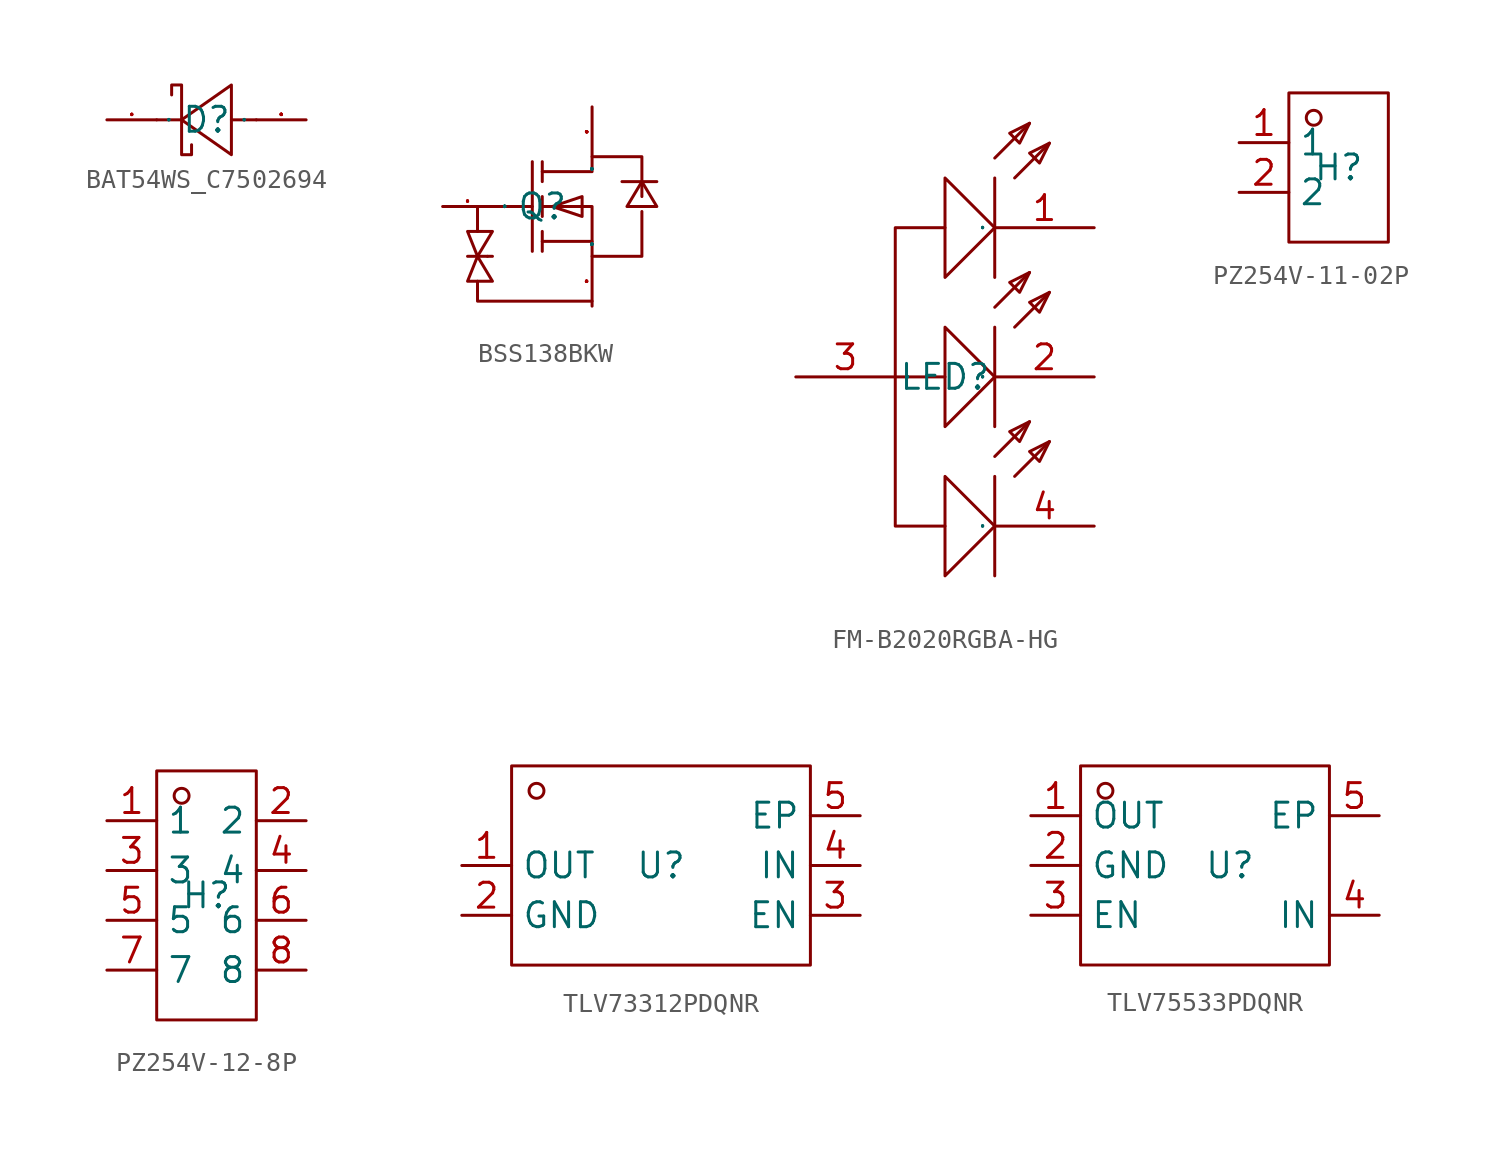
<source format=kicad_sym>
(kicad_symbol_lib
  (version 20231120)
  (generator "kicad_symbol_editor")
  (generator_version "8.0")
  (symbol "BAT54WS_C7502694"
    (property "Reference" "D"
      (at 0 0 0)
      (effects (font (size 1.27 1.27))))
    (property "Value" ""
      (at 0 0 0)
      (effects (font (size 1.27 1.27))))
    (symbol "BAT54WS_C7502694_1_0"
      (polyline (pts (xy -1.27 0) (xy -2.54 0)) (stroke (width 0) (type default)) (fill (type none)))
      (polyline (pts (xy 2.54 0) (xy 1.27 0)) (stroke (width 0) (type default)) (fill (type none)))
      (polyline (pts (xy 1.27 1.778) (xy -1.27 0) (xy -1.27 0) (xy 1.27 -1.778) (xy 1.27 -1.778) (xy 1.27 1.778)) (stroke (width 0) (type default)) (fill (type none)))
      (polyline (pts (xy -1.778 1.27) (xy -1.778 1.778) (xy -1.778 1.778) (xy -1.27 1.778) (xy -1.27 1.778) (xy -1.27 -1.778) (xy -1.27 -1.778) (xy -0.762 -1.778) (xy -0.762 -1.778) (xy -0.762 -1.27)) (stroke (width 0) (type default)) (fill (type none)))
      (pin unspecified line (at -5.08 0 0) (length 2.54) (name "K" (effects (font (size 0.025 0.025)))) (number "1" (effects (font (size 0.025 0.025)))))
      (pin unspecified line (at 5.08 0 180) (length 2.54) (name "A" (effects (font (size 0.025 0.025)))) (number "2" (effects (font (size 0.025 0.025)))))))
  (symbol "BSS138BKW"
    (property "Reference" "Q"
      (at 0 0 0)
      (effects (font (size 1.27 1.27))))
    (property "Value" ""
      (at 0 0 0)
      (effects (font (size 1.27 1.27))))
    (symbol "BSS138BKW_1_0"
      (polyline (pts (xy -3.81 -2.54) (xy -2.794 -2.54)) (stroke (width 0) (type default)) (fill (type none)))
      (polyline (pts (xy -3.302 -1.27) (xy -3.302 0)) (stroke (width 0) (type default)) (fill (type none)))
      (polyline (pts (xy -2.54 -2.54) (xy -2.794 -2.54)) (stroke (width 0) (type default)) (fill (type none)))
      (polyline (pts (xy -2.54 0) (xy -0.508 0)) (stroke (width 0) (type default)) (fill (type none)))
      (polyline (pts (xy -0.508 2.286) (xy -0.508 -2.286)) (stroke (width 0) (type default)) (fill (type none)))
      (polyline (pts (xy 0 -2.286) (xy 0 -1.27)) (stroke (width 0) (type default)) (fill (type none)))
      (polyline (pts (xy 0 -0.508) (xy 0 0.508)) (stroke (width 0) (type default)) (fill (type none)))
      (polyline (pts (xy 0 2.286) (xy 0 1.27)) (stroke (width 0) (type default)) (fill (type none)))
      (polyline (pts (xy 2.54 -1.778) (xy 0 -1.778)) (stroke (width 0) (type default)) (fill (type none)))
      (polyline (pts (xy 5.842 1.27) (xy 4.064 1.27)) (stroke (width 0) (type default)) (fill (type none)))
      (polyline (pts (xy -3.302 -3.81) (xy -3.302 -4.826) (xy -3.302 -4.826) (xy 2.54 -4.826)) (stroke (width 0) (type default)) (fill (type none)))
      (polyline (pts (xy -3.81 -1.27) (xy -2.54 -1.27) (xy -2.54 -1.27) (xy -3.302 -2.54) (xy -3.302 -2.54) (xy -3.81 -1.27)) (stroke (width 0) (type default)) (fill (type none)))
      (polyline (pts (xy -3.302 -2.54) (xy -3.81 -3.81) (xy -3.81 -3.81) (xy -2.54 -3.81) (xy -2.54 -3.81) (xy -3.302 -2.54)) (stroke (width 0) (type default)) (fill (type none)))
      (polyline (pts (xy 0.508 0) (xy 2.032 0.508) (xy 2.032 0.508) (xy 2.032 -0.508) (xy 2.032 -0.508) (xy 0.508 0)) (stroke (width 0) (type default)) (fill (type none)))
      (polyline (pts (xy 5.08 1.27) (xy 5.842 0) (xy 5.842 0) (xy 4.318 0) (xy 4.318 0) (xy 5.08 1.27)) (stroke (width 0) (type default)) (fill (type none)))
      (polyline (pts (xy 0 0) (xy 2.54 0) (xy 2.54 0) (xy 2.54 -2.54) (xy 2.54 -2.54) (xy 5.08 -2.54) (xy 5.08 -2.54) (xy 5.08 -0.254)) (stroke (width 0) (type default)) (fill (type none)))
      (polyline (pts (xy 0 1.778) (xy 2.54 1.778) (xy 2.54 1.778) (xy 2.54 2.54) (xy 2.54 2.54) (xy 5.08 2.54) (xy 5.08 2.54) (xy 5.08 0.508)) (stroke (width 0) (type default)) (fill (type none)))
      (pin unspecified line (at -5.08 0 0) (length 2.54) (name "G" (effects (font (size 0.025 0.025)))) (number "1" (effects (font (size 0.025 0.025)))))
      (pin unspecified line (at 2.54 -5.08 90) (length 2.54) (name "S" (effects (font (size 0.025 0.025)))) (number "2" (effects (font (size 0.025 0.025)))))
      (pin unspecified line (at 2.54 5.08 270) (length 2.54) (name "D" (effects (font (size 0.025 0.025)))) (number "3" (effects (font (size 0.025 0.025)))))))
  (symbol "FM-B2020RGBA-HG"
    (property "Reference" "LED"
      (at 0 0 0)
      (effects (font (size 1.27 1.27))))
    (property "Value" ""
      (at 0 0 0)
      (effects (font (size 1.27 1.27))))
    (symbol "FM-B2020RGBA-HG_1_0"
      (polyline (pts (xy 0 0) (xy -2.54 0)) (stroke (width 0) (type default)) (fill (type none)))
      (polyline (pts (xy 2.54 -5.08) (xy 2.54 -10.16)) (stroke (width 0) (type default)) (fill (type none)))
      (polyline (pts (xy 2.54 -4.064) (xy 4.318 -2.286)) (stroke (width 0) (type default)) (fill (type none)))
      (polyline (pts (xy 2.54 2.54) (xy 2.54 -2.54)) (stroke (width 0) (type default)) (fill (type none)))
      (polyline (pts (xy 2.54 3.556) (xy 4.318 5.334)) (stroke (width 0) (type default)) (fill (type none)))
      (polyline (pts (xy 2.54 10.16) (xy 2.54 5.08)) (stroke (width 0) (type default)) (fill (type none)))
      (polyline (pts (xy 2.54 11.176) (xy 4.318 12.954)) (stroke (width 0) (type default)) (fill (type none)))
      (polyline (pts (xy 3.556 -5.08) (xy 5.334 -3.302)) (stroke (width 0) (type default)) (fill (type none)))
      (polyline (pts (xy 3.556 2.54) (xy 5.334 4.318)) (stroke (width 0) (type default)) (fill (type none)))
      (polyline (pts (xy 3.556 10.16) (xy 5.334 11.938)) (stroke (width 0) (type default)) (fill (type none)))
      (polyline (pts (xy 0 -10.16) (xy 2.54 -7.62) (xy 2.54 -7.62) (xy 0 -5.08) (xy 0 -5.08) (xy 0 -10.16)) (stroke (width 0) (type default)) (fill (type none)))
      (polyline (pts (xy 0 -2.54) (xy 2.54 0) (xy 2.54 0) (xy 0 2.54) (xy 0 2.54) (xy 0 -2.54)) (stroke (width 0) (type default)) (fill (type none)))
      (polyline (pts (xy 0 5.08) (xy 2.54 7.62) (xy 2.54 7.62) (xy 0 10.16) (xy 0 10.16) (xy 0 5.08)) (stroke (width 0) (type default)) (fill (type none)))
      (polyline (pts (xy 0 7.62) (xy -2.54 7.62) (xy -2.54 7.62) (xy -2.54 -7.62) (xy -2.54 -7.62) (xy 0 -7.62)) (stroke (width 0) (type default)) (fill (type none)))
      (polyline (pts (xy 4.318 -2.286) (xy 3.302 -2.794) (xy 3.302 -2.794) (xy 3.81 -3.302) (xy 3.81 -3.302) (xy 4.318 -2.286)) (stroke (width 0) (type default)) (fill (type none)))
      (polyline (pts (xy 4.318 5.334) (xy 3.302 4.826) (xy 3.302 4.826) (xy 3.81 4.318) (xy 3.81 4.318) (xy 4.318 5.334)) (stroke (width 0) (type default)) (fill (type none)))
      (polyline (pts (xy 4.318 12.954) (xy 3.302 12.446) (xy 3.302 12.446) (xy 3.81 11.938) (xy 3.81 11.938) (xy 4.318 12.954)) (stroke (width 0) (type default)) (fill (type none)))
      (polyline (pts (xy 5.334 -3.302) (xy 4.318 -3.81) (xy 4.318 -3.81) (xy 4.826 -4.318) (xy 4.826 -4.318) (xy 5.334 -3.302)) (stroke (width 0) (type default)) (fill (type none)))
      (polyline (pts (xy 5.334 4.318) (xy 4.318 3.81) (xy 4.318 3.81) (xy 4.826 3.302) (xy 4.826 3.302) (xy 5.334 4.318)) (stroke (width 0) (type default)) (fill (type none)))
      (polyline (pts (xy 5.334 11.938) (xy 4.318 11.43) (xy 4.318 11.43) (xy 4.826 10.922) (xy 4.826 10.922) (xy 5.334 11.938)) (stroke (width 0) (type default)) (fill (type none)))
      (pin unspecified line (at 7.62 7.62 180) (length 5.08) (name "K" (effects (font (size 0.025 0.025)))) (number "1" (effects (font (size 1.27 1.27)))))
      (pin unspecified line (at 7.62 0 180) (length 5.08) (name "K" (effects (font (size 0.025 0.025)))) (number "2" (effects (font (size 1.27 1.27)))))
      (pin unspecified line (at -7.62 0 0) (length 5.08) (name "A" (effects (font (size 0.025 0.025)))) (number "3" (effects (font (size 1.27 1.27)))))
      (pin unspecified line (at 7.62 -7.62 180) (length 5.08) (name "K" (effects (font (size 0.025 0.025)))) (number "4" (effects (font (size 1.27 1.27)))))))
  (symbol "PZ254V-11-02P"
    (property "Reference" "H"
      (at 0 0 0)
      (effects (font (size 1.27 1.27))))
    (property "Value" ""
      (at 0 0 0)
      (effects (font (size 1.27 1.27))))
    (symbol "PZ254V-11-02P_1_0"
      (rectangle (start -2.54 -3.81) (end 2.54 3.81) (stroke (width 0) (type default)) (fill (type none)))
      (circle (center -1.27 2.54) (radius 0.381) (stroke (width 0) (type default)) (fill (type none)))
      (pin input line (at -5.08 1.27 0) (length 2.54) (name "1" (effects (font (size 1.27 1.27)))) (number "1" (effects (font (size 1.27 1.27)))))
      (pin input line (at -5.08 -1.27 0) (length 2.54) (name "2" (effects (font (size 1.27 1.27)))) (number "2" (effects (font (size 1.27 1.27)))))))
  (symbol "PZ254V-12-8P"
    (property "Reference" "H"
      (at 0 0 0)
      (effects (font (size 1.27 1.27))))
    (property "Value" ""
      (at 0 0 0)
      (effects (font (size 1.27 1.27))))
    (symbol "PZ254V-12-8P_1_0"
      (rectangle (start -2.54 -6.35) (end 2.54 6.35) (stroke (width 0) (type default)) (fill (type none)))
      (circle (center -1.27 5.08) (radius 0.381) (stroke (width 0) (type default)) (fill (type none)))
      (pin unspecified line (at -5.08 3.81 0) (length 2.54) (name "1" (effects (font (size 1.27 1.27)))) (number "1" (effects (font (size 1.27 1.27)))))
      (pin unspecified line (at 5.08 3.81 180) (length 2.54) (name "2" (effects (font (size 1.27 1.27)))) (number "2" (effects (font (size 1.27 1.27)))))
      (pin unspecified line (at -5.08 1.27 0) (length 2.54) (name "3" (effects (font (size 1.27 1.27)))) (number "3" (effects (font (size 1.27 1.27)))))
      (pin unspecified line (at 5.08 1.27 180) (length 2.54) (name "4" (effects (font (size 1.27 1.27)))) (number "4" (effects (font (size 1.27 1.27)))))
      (pin unspecified line (at -5.08 -1.27 0) (length 2.54) (name "5" (effects (font (size 1.27 1.27)))) (number "5" (effects (font (size 1.27 1.27)))))
      (pin unspecified line (at 5.08 -1.27 180) (length 2.54) (name "6" (effects (font (size 1.27 1.27)))) (number "6" (effects (font (size 1.27 1.27)))))
      (pin unspecified line (at -5.08 -3.81 0) (length 2.54) (name "7" (effects (font (size 1.27 1.27)))) (number "7" (effects (font (size 1.27 1.27)))))
      (pin unspecified line (at 5.08 -3.81 180) (length 2.54) (name "8" (effects (font (size 1.27 1.27)))) (number "8" (effects (font (size 1.27 1.27)))))))
  (symbol "TLV73312PDQNR"
    (property "Reference" "U"
      (at 0 0 0)
      (effects (font (size 1.27 1.27))))
    (property "Value" ""
      (at 0 0 0)
      (effects (font (size 1.27 1.27))))
    (symbol "TLV73312PDQNR_1_0"
      (rectangle (start -7.62 -5.08) (end 7.62 5.08) (stroke (width 0) (type default)) (fill (type none)))
      (circle (center -6.35 3.81) (radius 0.381) (stroke (width 0) (type default)) (fill (type none)))
      (pin unspecified line (at -10.16 0 0) (length 2.54) (name "OUT" (effects (font (size 1.27 1.27)))) (number "1" (effects (font (size 1.27 1.27)))))
      (pin unspecified line (at -10.16 -2.54 0) (length 2.54) (name "GND" (effects (font (size 1.27 1.27)))) (number "2" (effects (font (size 1.27 1.27)))))
      (pin unspecified line (at 10.16 -2.54 180) (length 2.54) (name "EN" (effects (font (size 1.27 1.27)))) (number "3" (effects (font (size 1.27 1.27)))))
      (pin unspecified line (at 10.16 0 180) (length 2.54) (name "IN" (effects (font (size 1.27 1.27)))) (number "4" (effects (font (size 1.27 1.27)))))
      (pin unspecified line (at 10.16 2.54 180) (length 2.54) (name "EP" (effects (font (size 1.27 1.27)))) (number "5" (effects (font (size 1.27 1.27)))))))
  (symbol "TLV75533PDQNR"
    (property "Reference" "U"
      (at 0 0 0)
      (effects (font (size 1.27 1.27))))
    (property "Value" ""
      (at 0 0 0)
      (effects (font (size 1.27 1.27))))
    (symbol "TLV75533PDQNR_1_0"
      (rectangle (start -7.62 -5.08) (end 5.08 5.08) (stroke (width 0) (type default)) (fill (type none)))
      (circle (center -6.35 3.81) (radius 0.381) (stroke (width 0) (type default)) (fill (type none)))
      (pin unspecified line (at -10.16 2.54 0) (length 2.54) (name "OUT" (effects (font (size 1.27 1.27)))) (number "1" (effects (font (size 1.27 1.27)))))
      (pin unspecified line (at -10.16 0 0) (length 2.54) (name "GND" (effects (font (size 1.27 1.27)))) (number "2" (effects (font (size 1.27 1.27)))))
      (pin unspecified line (at -10.16 -2.54 0) (length 2.54) (name "EN" (effects (font (size 1.27 1.27)))) (number "3" (effects (font (size 1.27 1.27)))))
      (pin unspecified line (at 7.62 -2.54 180) (length 2.54) (name "IN" (effects (font (size 1.27 1.27)))) (number "4" (effects (font (size 1.27 1.27)))))
      (pin unspecified line (at 7.62 2.54 180) (length 2.54) (name "EP" (effects (font (size 1.27 1.27)))) (number "5" (effects (font (size 1.27 1.27))))))))
</source>
